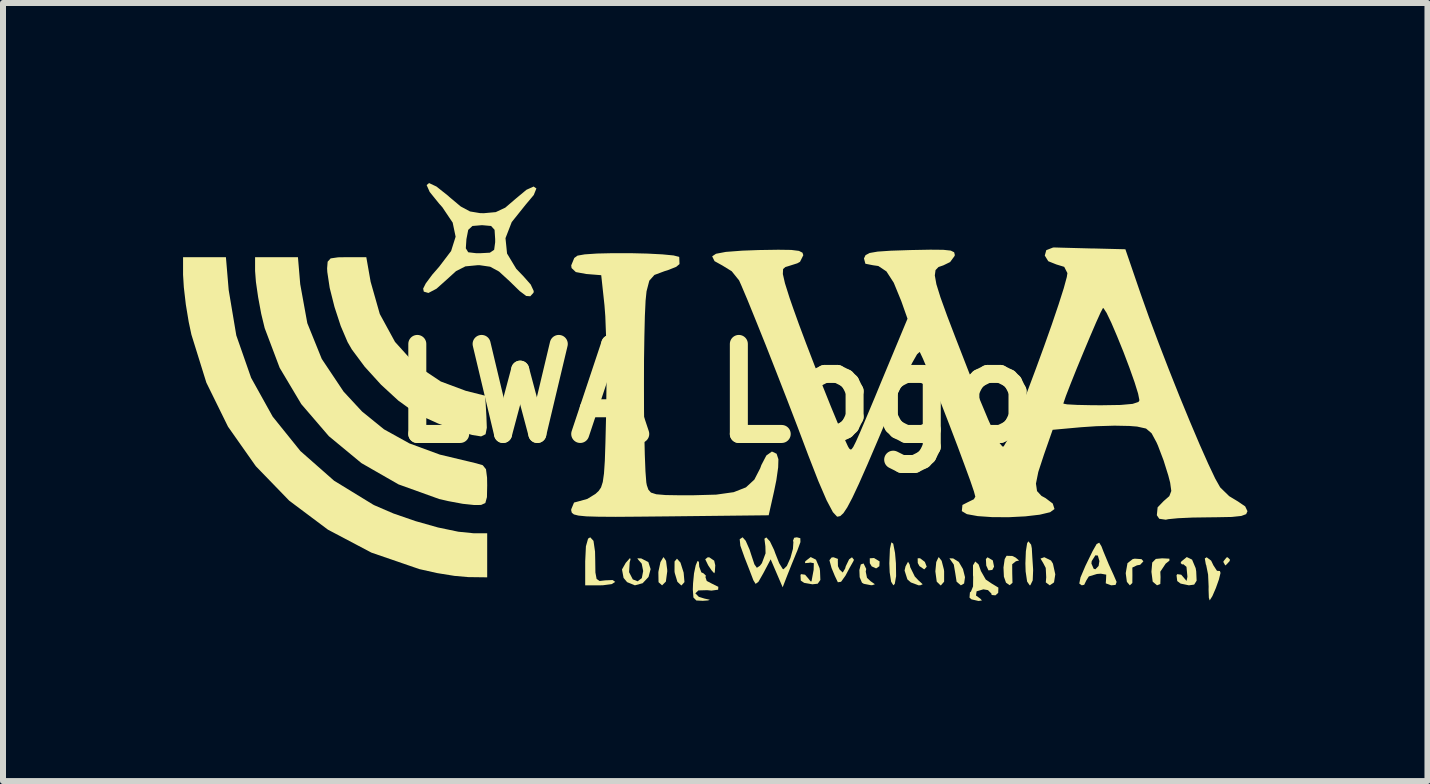
<source format=kicad_pcb>
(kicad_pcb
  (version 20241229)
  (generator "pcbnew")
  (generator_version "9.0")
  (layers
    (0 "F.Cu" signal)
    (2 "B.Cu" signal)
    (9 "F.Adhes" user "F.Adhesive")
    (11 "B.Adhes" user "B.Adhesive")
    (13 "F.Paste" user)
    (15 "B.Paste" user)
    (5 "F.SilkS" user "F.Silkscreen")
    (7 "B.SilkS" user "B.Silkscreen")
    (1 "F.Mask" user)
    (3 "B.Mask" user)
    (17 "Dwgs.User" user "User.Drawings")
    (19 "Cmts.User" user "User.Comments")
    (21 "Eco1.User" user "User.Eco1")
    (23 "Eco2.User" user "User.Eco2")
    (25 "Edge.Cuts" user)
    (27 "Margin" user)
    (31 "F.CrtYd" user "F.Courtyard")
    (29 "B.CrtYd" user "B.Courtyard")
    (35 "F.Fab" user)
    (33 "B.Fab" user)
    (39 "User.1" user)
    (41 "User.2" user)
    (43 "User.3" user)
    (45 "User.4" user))
  (footprint "LWA Logo"
    (layer "F.Cu")
    (at 8.867 3.502)
    (property "Reference" "LWA Logo" (at 0 0 0) (layer "F.SilkS") (effects (font (size 1.5 1.5) (thickness 0.3))))
    (attr board_only exclude_from_pos_files exclude_from_bom)
    (fp_poly (pts (xy 2.738 2.802) (xy 2.734 2.882) (xy 2.68 2.918) (xy 2.606 2.884) (xy 2.575 2.831) (xy 2.574 2.75) (xy 2.645 2.745)) (stroke (width 0) (type solid)) (fill yes) (layer "F.SilkS"))
    (fp_poly (pts (xy 4.624 2.785) (xy 4.645 2.889) (xy 4.616 2.944) (xy 4.552 2.951) (xy 4.515 2.871) (xy 4.509 2.762) (xy 4.536 2.733)) (stroke (width 0) (type solid)) (fill yes) (layer "F.SilkS"))
    (fp_poly (pts (xy 3.492 2.81) (xy 3.523 2.89) (xy 3.484 2.933) (xy 3.479 2.933) (xy 3.402 2.88) (xy 3.374 2.828) (xy 3.372 2.75) (xy 3.412 2.749)) (stroke (width 0) (type solid)) (fill yes) (layer "F.SilkS"))
    (fp_poly (pts (xy 8.577 2.774) (xy 8.567 2.8) (xy 8.507 2.864) (xy 8.496 2.867) (xy 8.467 2.815) (xy 8.467 2.8) (xy 8.518 2.736) (xy 8.537 2.733)) (stroke (width 0) (type solid)) (fill yes) (layer "F.SilkS"))
    (fp_poly (pts (xy -0.018 2.789) (xy 0 2.867) (xy -0.007 2.975) (xy -0.017 3) (xy -0.061 2.951) (xy -0.118 2.867) (xy -0.167 2.766) (xy -0.127 2.734) (xy -0.101 2.733)) (stroke (width 0) (type solid)) (fill yes) (layer "F.SilkS"))
    (fp_poly (pts (xy -0.58 2.821) (xy -0.527 2.988) (xy -0.513 3.146) (xy -0.561 3.2) (xy -0.568 3.2) (xy -0.631 3.141) (xy -0.675 2.995) (xy -0.679 2.966) (xy -0.678 2.803) (xy -0.638 2.756)) (stroke (width 0) (type solid)) (fill yes) (layer "F.SilkS"))
    (fp_poly (pts (xy 2.965 2.506) (xy 2.995 2.66) (xy 3.01 2.833) (xy 3.013 3.047) (xy 2.991 3.176) (xy 2.967 3.2) (xy 2.93 3.14) (xy 2.906 2.984) (xy 2.9 2.833) (xy 2.91 2.593) (xy 2.934 2.484)) (stroke (width 0) (type solid)) (fill yes) (layer "F.SilkS"))
    (fp_poly (pts (xy 3.964 2.752) (xy 4.057 2.81) (xy 4.127 2.929) (xy 4.161 3.064) (xy 4.146 3.169) (xy 4.092 3.2) (xy 4.021 3.14) (xy 4 3.006) (xy 3.974 2.854) (xy 3.917 2.773) (xy 3.901 2.75)) (stroke (width 0) (type solid)) (fill yes) (layer "F.SilkS"))
    (fp_poly (pts (xy -0.82 2.792) (xy -0.801 2.936) (xy -0.8 2.967) (xy -0.823 3.138) (xy -0.886 3.2) (xy -0.887 3.2) (xy -0.945 3.148) (xy -0.948 2.985) (xy -0.946 2.967) (xy -0.913 2.812) (xy -0.867 2.735) (xy -0.859 2.733)) (stroke (width 0) (type solid)) (fill yes) (layer "F.SilkS"))
    (fp_poly (pts (xy 3.239 2.854) (xy 3.249 2.9) (xy 3.325 3.054) (xy 3.385 3.117) (xy 3.456 3.182) (xy 3.418 3.199) (xy 3.388 3.2) (xy 3.259 3.152) (xy 3.201 3.101) (xy 3.154 2.954) (xy 3.17 2.884) (xy 3.212 2.807)) (stroke (width 0) (type solid)) (fill yes) (layer "F.SilkS"))
    (fp_poly (pts (xy 3.772 2.792) (xy 3.809 2.936) (xy 3.813 2.967) (xy 3.813 3.139) (xy 3.76 3.2) (xy 3.753 3.2) (xy 3.69 3.139) (xy 3.667 2.968) (xy 3.667 2.967) (xy 3.682 2.812) (xy 3.718 2.735) (xy 3.726 2.733)) (stroke (width 0) (type solid)) (fill yes) (layer "F.SilkS"))
    (fp_poly (pts (xy 5.594 2.787) (xy 5.626 2.839) (xy 5.665 3.017) (xy 5.644 3.151) (xy 5.573 3.2) (xy 5.507 3.151) (xy 5.514 3.066) (xy 5.506 2.91) (xy 5.466 2.833) (xy 5.419 2.754) (xy 5.478 2.733) (xy 5.485 2.733)) (stroke (width 0) (type solid)) (fill yes) (layer "F.SilkS"))
    (fp_poly (pts (xy 7.566 2.756) (xy 7.567 2.789) (xy 7.504 2.839) (xy 7.415 2.973) (xy 7.419 3.064) (xy 7.415 3.177) (xy 7.36 3.2) (xy 7.288 3.139) (xy 7.267 2.975) (xy 7.28 2.821) (xy 7.34 2.76) (xy 7.446 2.75)) (stroke (width 0) (type solid)) (fill yes) (layer "F.SilkS"))
    (fp_poly (pts (xy 2.515 2.927) (xy 2.507 2.972) (xy 2.528 3.075) (xy 2.586 3.13) (xy 2.66 3.182) (xy 2.618 3.197) (xy 2.594 3.198) (xy 2.475 3.175) (xy 2.444 3.156) (xy 2.406 3.065) (xy 2.401 2.946) (xy 2.425 2.852) (xy 2.471 2.836)) (stroke (width 0) (type solid)) (fill yes) (layer "F.SilkS"))
    (fp_poly (pts (xy 4.948 2.711) (xy 5.003 2.737) (xy 5.062 2.787) (xy 5.009 2.799) (xy 4.947 2.849) (xy 4.948 3) (xy 4.952 3.158) (xy 4.905 3.198) (xy 4.844 3.156) (xy 4.809 3.056) (xy 4.802 2.903) (xy 4.822 2.763) (xy 4.853 2.708)) (stroke (width 0) (type solid)) (fill yes) (layer "F.SilkS"))
    (fp_poly (pts (xy 5.262 2.522) (xy 5.274 2.583) (xy 5.282 2.727) (xy 5.295 2.924) (xy 5.296 2.95) (xy 5.289 3.118) (xy 5.25 3.198) (xy 5.239 3.2) (xy 5.196 3.138) (xy 5.171 2.969) (xy 5.167 2.833) (xy 5.175 2.633) (xy 5.196 2.499) (xy 5.217 2.467)) (stroke (width 0) (type solid)) (fill yes) (layer "F.SilkS"))
    (fp_poly (pts (xy 7.102 2.764) (xy 7.133 2.8) (xy 7.079 2.858) (xy 7.026 2.867) (xy 6.949 2.904) (xy 6.95 3.033) (xy 6.95 3.033) (xy 6.949 3.161) (xy 6.907 3.2) (xy 6.858 3.142) (xy 6.839 3.001) (xy 6.84 2.989) (xy 6.868 2.831) (xy 6.955 2.763) (xy 6.99 2.756)) (stroke (width 0) (type solid)) (fill yes) (layer "F.SilkS"))
    (fp_poly (pts (xy -2.029 2.459) (xy -2.003 2.638) (xy -2 2.774) (xy -1.997 2.986) (xy -1.977 3.094) (xy -1.927 3.128) (xy -1.833 3.117) (xy -1.709 3.112) (xy -1.667 3.143) (xy -1.726 3.18) (xy -1.872 3.199) (xy -1.917 3.2) (xy -2.167 3.2) (xy -2.167 2.8) (xy -2.155 2.55) (xy -2.119 2.422) (xy -2.083 2.4)) (stroke (width 0) (type solid)) (fill yes) (layer "F.SilkS"))
    (fp_poly (pts (xy 8.262 2.789) (xy 8.3 2.868) (xy 8.359 2.958) (xy 8.408 2.962) (xy 8.418 2.994) (xy 8.391 3.104) (xy 8.34 3.247) (xy 8.283 3.379) (xy 8.238 3.451) (xy 8.224 3.409) (xy 8.219 3.274) (xy 8.22 3.221) (xy 8.211 3.022) (xy 8.18 2.866) (xy 8.173 2.85) (xy 8.156 2.752) (xy 8.188 2.733)) (stroke (width 0) (type solid)) (fill yes) (layer "F.SilkS"))
    (fp_poly (pts (xy -1.412 2.769) (xy -1.426 2.817) (xy -1.436 2.981) (xy -1.374 3.101) (xy -1.293 3.133) (xy -1.224 3.08) (xy -1.201 2.962) (xy -1.226 2.838) (xy -1.283 2.773) (xy -1.299 2.75) (xy -1.234 2.752) (xy -1.115 2.813) (xy -1.077 2.93) (xy -1.112 3.061) (xy -1.21 3.165) (xy -1.339 3.2) (xy -1.469 3.147) (xy -1.528 3.076) (xy -1.554 2.936) (xy -1.492 2.826) (xy -1.42 2.745)) (stroke (width 0) (type solid)) (fill yes) (layer "F.SilkS"))
    (fp_poly (pts (xy 2.311 2.775) (xy 2.3 2.8) (xy 2.24 2.906) (xy 2.17 3.038) (xy 2.096 3.141) (xy 2.043 3.149) (xy 2.042 3.148) (xy 1.992 3.043) (xy 1.937 2.91) (xy 1.902 2.782) (xy 1.938 2.736) (xy 1.972 2.733) (xy 2.044 2.76) (xy 2.042 2.787) (xy 2.044 2.881) (xy 2.071 2.937) (xy 2.124 2.987) (xy 2.164 2.92) (xy 2.174 2.883) (xy 2.23 2.767) (xy 2.278 2.733)) (stroke (width 0) (type solid)) (fill yes) (layer "F.SilkS"))
    (fp_poly (pts (xy 7.944 2.772) (xy 8.004 2.914) (xy 8.013 2.967) (xy 8.02 3.123) (xy 7.979 3.188) (xy 7.891 3.2) (xy 7.753 3.171) (xy 7.697 3.129) (xy 7.685 3.034) (xy 7.697 3.014) (xy 7.763 3.023) (xy 7.803 3.069) (xy 7.852 3.127) (xy 7.866 3.06) (xy 7.866 3.05) (xy 7.851 2.892) (xy 7.797 2.848) (xy 7.778 2.852) (xy 7.753 2.828) (xy 7.766 2.802) (xy 7.856 2.729)) (stroke (width 0) (type solid)) (fill yes) (layer "F.SilkS"))
    (fp_poly (pts (xy 1.678 2.773) (xy 1.738 2.914) (xy 1.745 2.958) (xy 1.751 3.111) (xy 1.707 3.173) (xy 1.618 3.183) (xy 1.481 3.159) (xy 1.425 3.121) (xy 1.42 3.028) (xy 1.43 3.014) (xy 1.496 3.023) (xy 1.536 3.069) (xy 1.591 3.136) (xy 1.604 3.133) (xy 1.619 3.049) (xy 1.639 2.943) (xy 1.642 2.831) (xy 1.58 2.82) (xy 1.564 2.825) (xy 1.495 2.83) (xy 1.5 2.799) (xy 1.59 2.729)) (stroke (width 0) (type solid)) (fill yes) (layer "F.SilkS"))
    (fp_poly (pts (xy 4.388 2.853) (xy 4.426 2.962) (xy 4.507 3.104) (xy 4.6 3.167) (xy 4.717 3.238) (xy 4.714 3.326) (xy 4.667 3.367) (xy 4.605 3.361) (xy 4.6 3.337) (xy 4.544 3.28) (xy 4.467 3.267) (xy 4.354 3.3) (xy 4.344 3.37) (xy 4.417 3.423) (xy 4.443 3.452) (xy 4.387 3.461) (xy 4.269 3.434) (xy 4.236 3.405) (xy 4.243 3.318) (xy 4.26 3.304) (xy 4.295 3.218) (xy 4.297 3.059) (xy 4.294 3.033) (xy 4.294 2.867) (xy 4.332 2.803)) (stroke (width 0) (type solid)) (fill yes) (layer "F.SilkS"))
    (fp_poly (pts (xy -0.273 2.807) (xy -0.267 2.889) (xy -0.232 2.984) (xy -0.196 3) (xy -0.155 3.04) (xy -0.164 3.062) (xy -0.142 3.127) (xy -0.068 3.166) (xy 0.051 3.225) (xy 0.048 3.273) (xy -0.064 3.288) (xy -0.133 3.281) (xy -0.281 3.285) (xy -0.332 3.333) (xy -0.274 3.392) (xy -0.183 3.42) (xy -0.09 3.441) (xy -0.121 3.452) (xy -0.208 3.458) (xy -0.315 3.453) (xy -0.364 3.403) (xy -0.374 3.27) (xy -0.37 3.168) (xy -0.354 3.001) (xy -0.326 2.868) (xy -0.296 2.795)) (stroke (width 0) (type solid)) (fill yes) (layer "F.SilkS"))
    (fp_poly (pts (xy -5.742 -1.858) (xy -5.589 -1.32) (xy -5.336 -0.856) (xy -4.994 -0.477) (xy -4.573 -0.196) (xy -4.155 -0.04) (xy -3.833 0.041) (xy -3.813 0.387) (xy -3.806 0.575) (xy -3.827 0.683) (xy -3.901 0.719) (xy -4.051 0.695) (xy -4.301 0.619) (xy -4.347 0.605) (xy -4.618 0.504) (xy -4.89 0.381) (xy -5.014 0.315) (xy -5.281 0.122) (xy -5.569 -0.143) (xy -5.84 -0.441) (xy -6.055 -0.73) (xy -6.126 -0.853) (xy -6.24 -1.12) (xy -6.344 -1.438) (xy -6.424 -1.756) (xy -6.464 -2.021) (xy -6.467 -2.081) (xy -6.458 -2.192) (xy -6.408 -2.247) (xy -6.283 -2.265) (xy -6.14 -2.267) (xy -5.814 -2.267)) (stroke (width 0) (type solid)) (fill yes) (layer "F.SilkS"))
    (fp_poly (pts (xy -6.915 -1.817) (xy -6.797 -1.168) (xy -6.556 -0.572) (xy -6.192 -0.027) (xy -5.885 0.304) (xy -5.519 0.601) (xy -5.095 0.836) (xy -4.589 1.022) (xy -3.983 1.167) (xy -3.874 1.199) (xy -3.82 1.266) (xy -3.802 1.406) (xy -3.8 1.535) (xy -3.804 1.731) (xy -3.831 1.829) (xy -3.902 1.861) (xy -4.017 1.862) (xy -4.207 1.842) (xy -4.454 1.796) (xy -4.6 1.762) (xy -5.278 1.518) (xy -5.895 1.164) (xy -6.438 0.715) (xy -6.897 0.181) (xy -7.257 -0.423) (xy -7.507 -1.085) (xy -7.565 -1.324) (xy -7.616 -1.599) (xy -7.653 -1.855) (xy -7.667 -2.037) (xy -7.667 -2.038) (xy -7.667 -2.267) (xy -7.31 -2.267) (xy -6.953 -2.267)) (stroke (width 0) (type solid)) (fill yes) (layer "F.SilkS"))
    (fp_poly (pts (xy 6.434 2.55) (xy 6.469 2.641) (xy 6.557 2.853) (xy 6.632 3.017) (xy 6.687 3.144) (xy 6.669 3.193) (xy 6.597 3.2) (xy 6.506 3.167) (xy 6.511 3.095) (xy 6.514 3.022) (xy 6.424 3.006) (xy 6.359 3.011) (xy 6.224 3.052) (xy 6.183 3.117) (xy 6.147 3.191) (xy 6.106 3.2) (xy 6.065 3.17) (xy 6.085 3.069) (xy 6.168 2.874) (xy 6.18 2.85) (xy 6.186 2.837) (xy 6.267 2.837) (xy 6.304 2.923) (xy 6.333 2.933) (xy 6.387 2.877) (xy 6.4 2.796) (xy 6.374 2.704) (xy 6.333 2.7) (xy 6.272 2.796) (xy 6.267 2.837) (xy 6.186 2.837) (xy 6.288 2.628) (xy 6.354 2.512) (xy 6.397 2.49)) (stroke (width 0) (type solid)) (fill yes) (layer "F.SilkS"))
    (fp_poly (pts (xy -8.107 -1.721) (xy -7.98 -0.964) (xy -7.733 -0.257) (xy -7.374 0.389) (xy -6.911 0.964) (xy -6.351 1.457) (xy -5.701 1.855) (xy -5.68 1.866) (xy -5.362 2.003) (xy -4.995 2.13) (xy -4.62 2.236) (xy -4.28 2.307) (xy -4.023 2.333) (xy -3.8 2.333) (xy -3.8 2.7) (xy -3.8 3.067) (xy -4.117 3.063) (xy -4.343 3.043) (xy -4.635 2.996) (xy -4.929 2.93) (xy -4.933 2.929) (xy -5.729 2.655) (xy -6.453 2.273) (xy -7.098 1.79) (xy -7.655 1.215) (xy -8.118 0.557) (xy -8.479 -0.177) (xy -8.728 -0.977) (xy -8.773 -1.189) (xy -8.821 -1.479) (xy -8.854 -1.763) (xy -8.867 -1.973) (xy -8.867 -2.267) (xy -8.51 -2.267) (xy -8.153 -2.267)) (stroke (width 0) (type solid)) (fill yes) (layer "F.SilkS"))
    (fp_poly (pts (xy 1.417 2.415) (xy 1.419 2.48) (xy 1.364 2.63) (xy 1.355 2.65) (xy 1.27 2.858) (xy 1.196 3.044) (xy 1.187 3.067) (xy 1.123 3.233) (xy 1.023 3) (xy 0.923 2.767) (xy 0.8 3) (xy 0.719 3.142) (xy 0.672 3.176) (xy 0.635 3.116) (xy 0.629 3.1) (xy 0.57 2.946) (xy 0.495 2.754) (xy 0.49 2.742) (xy 0.418 2.539) (xy 0.407 2.432) (xy 0.455 2.4) (xy 0.456 2.4) (xy 0.507 2.458) (xy 0.571 2.603) (xy 0.596 2.681) (xy 0.652 2.85) (xy 0.693 2.908) (xy 0.744 2.874) (xy 0.777 2.831) (xy 0.838 2.667) (xy 0.835 2.55) (xy 0.819 2.424) (xy 0.851 2.402) (xy 0.911 2.468) (xy 0.98 2.611) (xy 1 2.667) (xy 1.065 2.831) (xy 1.122 2.925) (xy 1.137 2.933) (xy 1.193 2.877) (xy 1.252 2.745) (xy 1.294 2.593) (xy 1.302 2.477) (xy 1.295 2.459) (xy 1.314 2.408) (xy 1.359 2.4)) (stroke (width 0) (type solid)) (fill yes) (layer "F.SilkS"))
    (fp_poly (pts (xy -4.645 -3.444) (xy -4.451 -3.29) (xy -4.432 -3.272) (xy -4.241 -3.112) (xy -4.086 -3.029) (xy -3.918 -3.001) (xy -3.854 -3) (xy -3.657 -3.018) (xy -3.499 -3.092) (xy -3.325 -3.241) (xy -3.146 -3.39) (xy -3.026 -3.444) (xy -2.98 -3.412) (xy -3.024 -3.303) (xy -3.159 -3.142) (xy -3.391 -2.852) (xy -3.495 -2.584) (xy -3.469 -2.328) (xy -3.316 -2.074) (xy -3.196 -1.949) (xy -3.075 -1.812) (xy -3.024 -1.702) (xy -3.028 -1.675) (xy -3.082 -1.616) (xy -3.15 -1.621) (xy -3.259 -1.703) (xy -3.428 -1.868) (xy -3.603 -2.028) (xy -3.75 -2.108) (xy -3.921 -2.133) (xy -3.965 -2.133) (xy -4.163 -2.114) (xy -4.319 -2.035) (xy -4.467 -1.9) (xy -4.644 -1.742) (xy -4.779 -1.671) (xy -4.856 -1.693) (xy -4.867 -1.743) (xy -4.824 -1.829) (xy -4.715 -1.976) (xy -4.6 -2.108) (xy -4.401 -2.37) (xy -4.387 -2.415) (xy -4.156 -2.415) (xy -4.116 -2.349) (xy -3.988 -2.334) (xy -3.92 -2.333) (xy -3.755 -2.342) (xy -3.684 -2.39) (xy -3.667 -2.516) (xy -3.667 -2.567) (xy -3.677 -2.723) (xy -3.735 -2.787) (xy -3.88 -2.8) (xy -3.893 -2.8) (xy -4.046 -2.787) (xy -4.116 -2.722) (xy -4.146 -2.567) (xy -4.156 -2.415) (xy -4.387 -2.415) (xy -4.326 -2.608) (xy -4.375 -2.843) (xy -4.547 -3.099) (xy -4.603 -3.162) (xy -4.758 -3.354) (xy -4.809 -3.469) (xy -4.768 -3.502)) (stroke (width 0) (type solid)) (fill yes) (layer "F.SilkS"))
    (fp_poly (pts (xy -1.416 -2.334) (xy -1.131 -2.327) (xy -0.881 -2.314) (xy -0.695 -2.296) (xy -0.604 -2.273) (xy -0.6 -2.267) (xy -0.596 -2.158) (xy -0.596 -2.152) (xy -0.651 -2.106) (xy -0.792 -2.05) (xy -0.845 -2.034) (xy -1.014 -1.971) (xy -1.099 -1.875) (xy -1.145 -1.698) (xy -1.161 -1.542) (xy -1.173 -1.283) (xy -1.181 -0.947) (xy -1.187 -0.559) (xy -1.188 -0.144) (xy -1.187 0.275) (xy -1.182 0.672) (xy -1.174 1.023) (xy -1.163 1.302) (xy -1.149 1.485) (xy -1.14 1.533) (xy -1.114 1.607) (xy -1.071 1.655) (xy -0.983 1.683) (xy -0.827 1.696) (xy -0.578 1.7) (xy -0.385 1.7) (xy 0.016 1.689) (xy 0.307 1.648) (xy 0.511 1.568) (xy 0.651 1.439) (xy 0.748 1.251) (xy 0.768 1.196) (xy 0.851 1.037) (xy 0.944 0.971) (xy 1.022 1.008) (xy 1.052 1.1) (xy 1.048 1.235) (xy 1.018 1.447) (xy 0.98 1.633) (xy 0.89 2.033) (xy -0.755 2.051) (xy -1.265 2.056) (xy -1.657 2.059) (xy -1.946 2.057) (xy -2.148 2.051) (xy -2.28 2.038) (xy -2.355 2.019) (xy -2.39 1.991) (xy -2.4 1.953) (xy -2.4 1.934) (xy -2.353 1.821) (xy -2.274 1.8) (xy -2.131 1.76) (xy -1.996 1.677) (xy -1.943 1.628) (xy -1.903 1.569) (xy -1.874 1.478) (xy -1.854 1.337) (xy -1.84 1.126) (xy -1.83 0.825) (xy -1.82 0.416) (xy -1.818 0.293) (xy -1.812 -0.145) (xy -1.813 -0.576) (xy -1.82 -0.966) (xy -1.832 -1.283) (xy -1.846 -1.467) (xy -1.9 -1.967) (xy -2.15 -1.987) (xy -2.323 -2.019) (xy -2.394 -2.086) (xy -2.4 -2.13) (xy -2.349 -2.254) (xy -2.295 -2.293) (xy -2.175 -2.314) (xy -1.969 -2.328) (xy -1.706 -2.334)) (stroke (width 0) (type solid)) (fill yes) (layer "F.SilkS"))
    (fp_poly (pts (xy 5.788 -2.425) (xy 6.014 -2.419) (xy 6.281 -2.412) (xy 6.317 -2.412) (xy 6.833 -2.399) (xy 7.09 -1.65) (xy 7.226 -1.267) (xy 7.384 -0.844) (xy 7.556 -0.399) (xy 7.733 0.046) (xy 7.908 0.471) (xy 8.071 0.855) (xy 8.215 1.179) (xy 8.33 1.422) (xy 8.409 1.562) (xy 8.417 1.573) (xy 8.563 1.715) (xy 8.709 1.803) (xy 8.829 1.885) (xy 8.867 1.965) (xy 8.845 2.014) (xy 8.765 2.044) (xy 8.604 2.061) (xy 8.338 2.066) (xy 8.239 2.067) (xy 7.953 2.071) (xy 7.71 2.082) (xy 7.547 2.098) (xy 7.506 2.107) (xy 7.397 2.091) (xy 7.357 2.032) (xy 7.37 1.901) (xy 7.471 1.796) (xy 7.565 1.714) (xy 7.598 1.628) (xy 7.579 1.49) (xy 7.548 1.37) (xy 7.469 1.118) (xy 7.375 0.871) (xy 7.35 0.815) (xy 7.269 0.666) (xy 7.177 0.588) (xy 7.028 0.555) (xy 6.9 0.545) (xy 6.653 0.54) (xy 6.347 0.549) (xy 6.094 0.566) (xy 5.621 0.609) (xy 5.477 1.021) (xy 5.382 1.311) (xy 5.343 1.505) (xy 5.361 1.63) (xy 5.435 1.71) (xy 5.503 1.747) (xy 5.623 1.838) (xy 5.652 1.929) (xy 5.579 1.982) (xy 5.407 2.023) (xy 5.167 2.051) (xy 4.893 2.065) (xy 4.617 2.064) (xy 4.373 2.047) (xy 4.192 2.014) (xy 4.108 1.964) (xy 4.108 1.963) (xy 4.118 1.861) (xy 4.2 1.819) (xy 4.308 1.766) (xy 4.333 1.723) (xy 4.31 1.637) (xy 4.247 1.452) (xy 4.152 1.193) (xy 4.037 0.883) (xy 3.909 0.547) (xy 3.778 0.209) (xy 3.653 -0.107) (xy 3.544 -0.377) (xy 3.46 -0.576) (xy 3.411 -0.68) (xy 3.405 -0.688) (xy 3.362 -0.649) (xy 3.28 -0.505) (xy 3.166 -0.276) (xy 3.032 0.019) (xy 2.935 0.245) (xy 2.712 0.774) (xy 2.533 1.192) (xy 2.392 1.511) (xy 2.283 1.743) (xy 2.199 1.902) (xy 2.135 1.998) (xy 2.083 2.046) (xy 2.039 2.056) (xy 2.029 2.055) (xy 1.96 1.981) (xy 1.855 1.783) (xy 1.717 1.463) (xy 1.547 1.027) (xy 1.537 1) (xy 1.374 0.568) (xy 1.197 0.108) (xy 1.015 -0.359) (xy 0.839 -0.807) (xy 0.676 -1.212) (xy 0.538 -1.552) (xy 0.432 -1.802) (xy 0.397 -1.88) (xy 0.274 -2.033) (xy 0.118 -2.129) (xy -0.012 -2.201) (xy -0.051 -2.28) (xy -0.051 -2.282) (xy 0.012 -2.324) (xy 0.175 -2.355) (xy 0.451 -2.376) (xy 0.722 -2.386) (xy 1.05 -2.391) (xy 1.267 -2.388) (xy 1.394 -2.372) (xy 1.453 -2.342) (xy 1.467 -2.3) (xy 1.412 -2.19) (xy 1.367 -2.165) (xy 1.209 -2.115) (xy 1.168 -2.103) (xy 1.13 -2.069) (xy 1.126 -1.986) (xy 1.161 -1.833) (xy 1.238 -1.589) (xy 1.297 -1.419) (xy 1.395 -1.146) (xy 1.516 -0.823) (xy 1.651 -0.472) (xy 1.791 -0.117) (xy 1.926 0.22) (xy 2.048 0.515) (xy 2.146 0.745) (xy 2.212 0.888) (xy 2.232 0.921) (xy 2.251 0.937) (xy 2.271 0.933) (xy 2.3 0.893) (xy 2.345 0.803) (xy 2.415 0.645) (xy 2.517 0.405) (xy 2.659 0.067) (xy 2.757 -0.171) (xy 3.203 -1.242) (xy 3.099 -1.536) (xy 2.974 -1.841) (xy 2.852 -2.03) (xy 2.717 -2.12) (xy 2.627 -2.133) (xy 2.501 -2.158) (xy 2.478 -2.245) (xy 2.479 -2.25) (xy 2.504 -2.301) (xy 2.572 -2.337) (xy 2.704 -2.36) (xy 2.924 -2.375) (xy 3.255 -2.386) (xy 3.256 -2.386) (xy 3.583 -2.392) (xy 3.798 -2.39) (xy 3.923 -2.377) (xy 3.98 -2.349) (xy 3.991 -2.305) (xy 3.988 -2.288) (xy 3.913 -2.186) (xy 3.8 -2.131) (xy 3.719 -2.103) (xy 3.67 -2.052) (xy 3.658 -1.963) (xy 3.684 -1.817) (xy 3.752 -1.598) (xy 3.864 -1.288) (xy 4.006 -0.917) (xy 4.226 -0.351) (xy 4.405 0.098) (xy 4.547 0.438) (xy 4.655 0.677) (xy 4.732 0.824) (xy 4.784 0.887) (xy 4.805 0.886) (xy 4.862 0.789) (xy 4.952 0.588) (xy 5.068 0.307) (xy 5.12 0.173) (xy 5.8 0.173) (xy 5.862 0.185) (xy 6.028 0.194) (xy 6.27 0.199) (xy 6.433 0.2) (xy 6.752 0.195) (xy 6.953 0.177) (xy 7.051 0.145) (xy 7.067 0.117) (xy 7.045 0.006) (xy 6.986 -0.184) (xy 6.901 -0.424) (xy 6.801 -0.688) (xy 6.696 -0.947) (xy 6.599 -1.174) (xy 6.519 -1.34) (xy 6.468 -1.418) (xy 6.459 -1.419) (xy 6.42 -1.345) (xy 6.344 -1.177) (xy 6.244 -0.944) (xy 6.131 -0.675) (xy 6.018 -0.401) (xy 5.918 -0.151) (xy 5.842 0.045) (xy 5.803 0.159) (xy 5.8 0.173) (xy 5.12 0.173) (xy 5.2 -0.03) (xy 5.339 -0.401) (xy 5.478 -0.781) (xy 5.608 -1.148) (xy 5.72 -1.479) (xy 5.806 -1.749) (xy 5.857 -1.936) (xy 5.867 -2.002) (xy 5.814 -2.106) (xy 5.683 -2.146) (xy 5.548 -2.2) (xy 5.49 -2.294) (xy 5.515 -2.384) (xy 5.628 -2.428) (xy 5.65 -2.429)) (stroke (width 0) (type solid)) (fill yes) (layer "F.SilkS")))
  (gr_rect
    (start -3 -3)
    (end 20.733 9.963)
    (stroke (width 0.1) (type default))
    (fill no)
    (layer "Edge.Cuts")))
</source>
